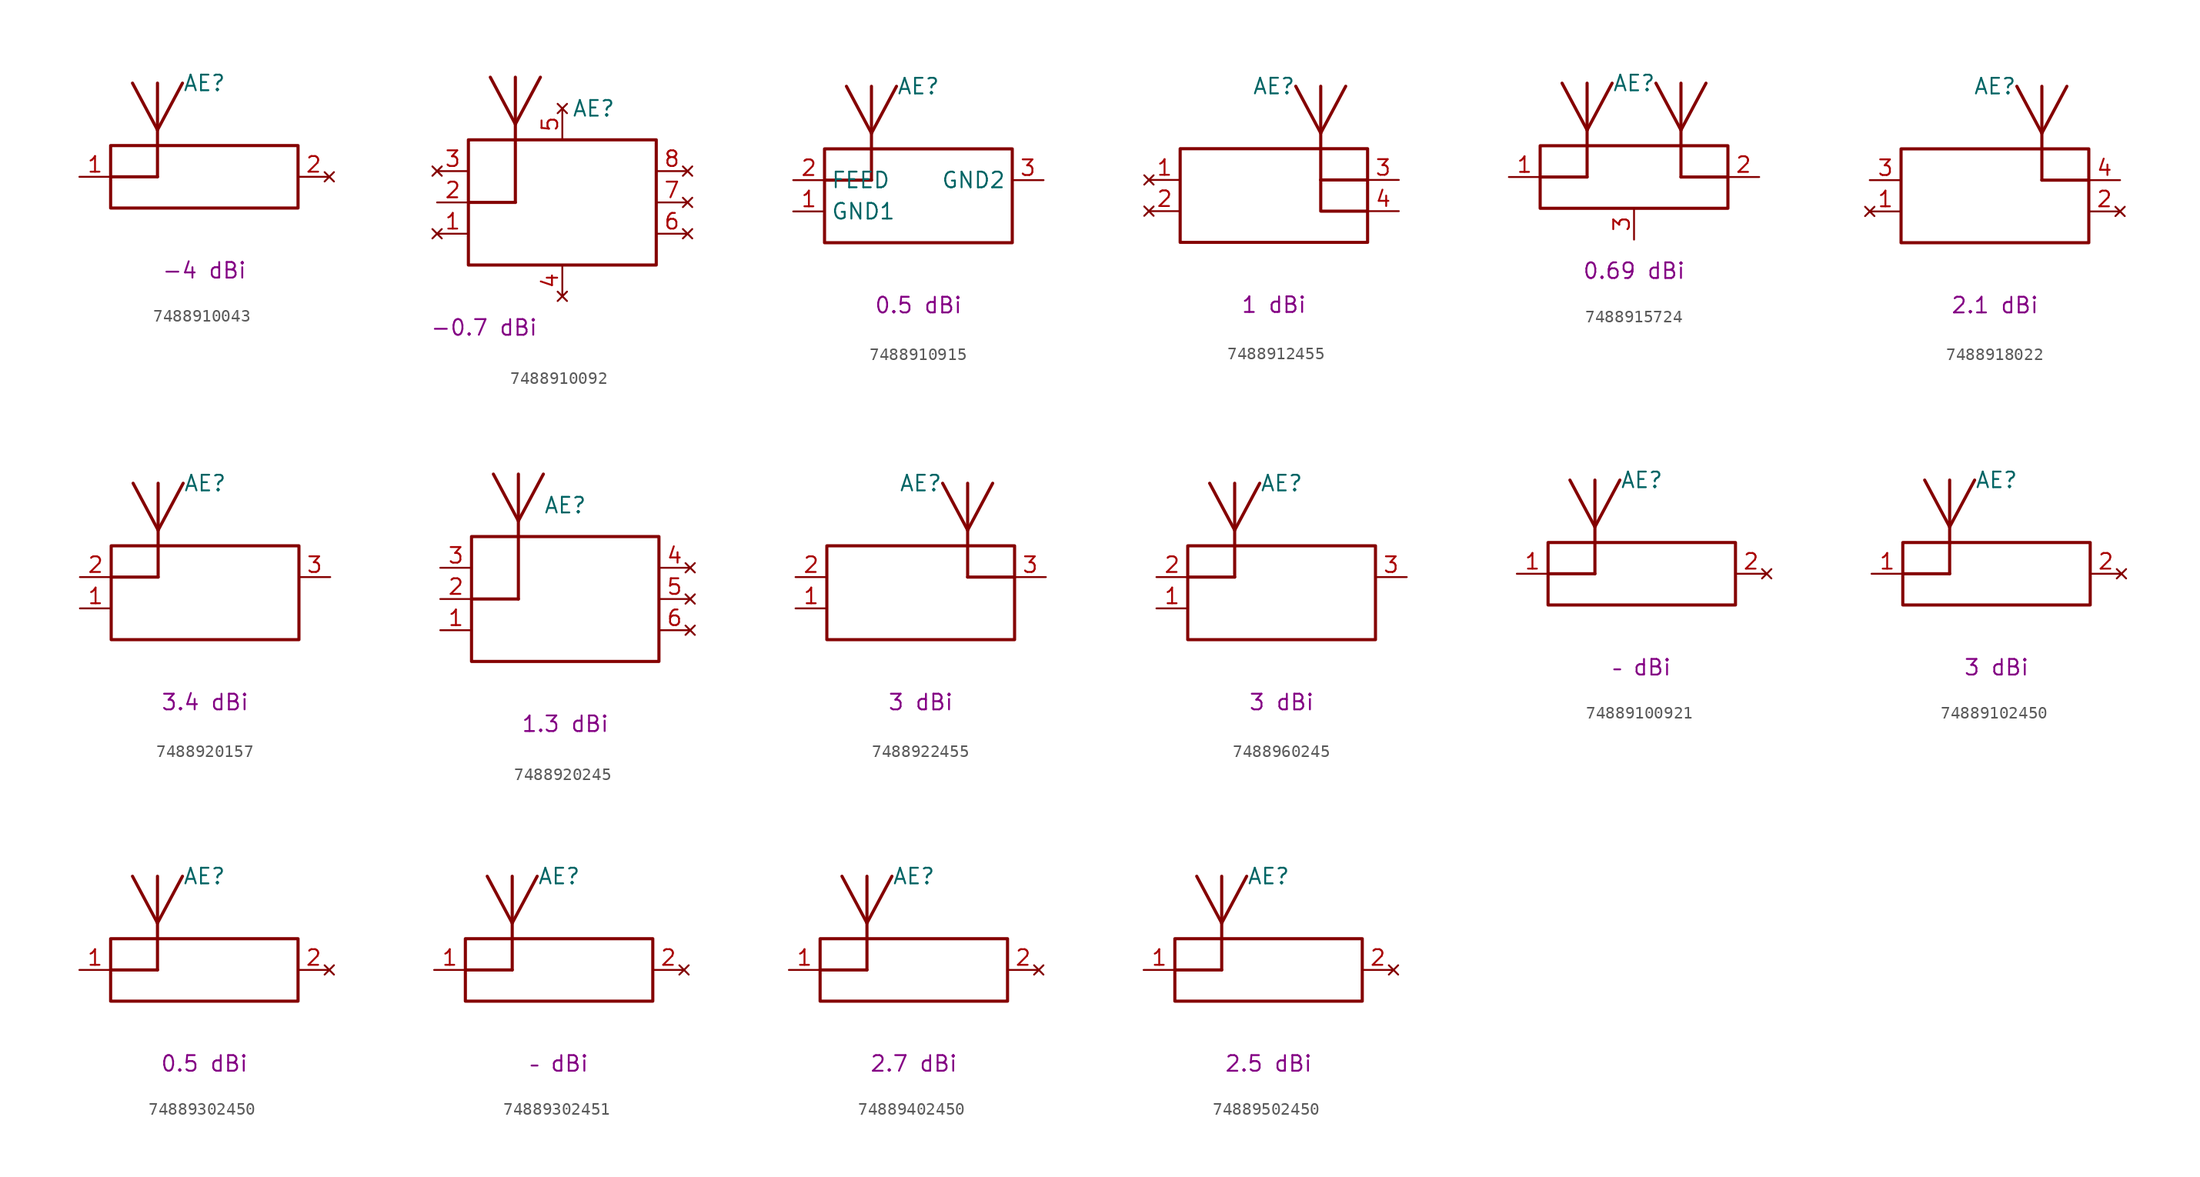
<source format=kicad_sym>
(kicad_symbol_lib
  (version 20220914)
  (generator kicad_symbol_editor)
  (symbol "7488910043"
    (pin_names hide)
    (property "Reference" "AE"
      (at 0 7.62 0)
      (effects (font (size 1.27 1.27))))
    (property "Critical Parameter" "-4 dBi"
      (at 0 -7.62 0)
      (effects (font (size 1.27 1.27))))
    (symbol "7488910043_1_1"
      (rectangle (start -7.62 2.54) (end 7.62 -2.54) (stroke (width 0.254) (type default)) (fill (type none)))
      (polyline (pts (xy -3.81 0) (xy -7.62 0)) (stroke (width 0.254) (type default)) (fill (type none)))
      (polyline (pts (xy -3.81 0) (xy -3.81 7.62)) (stroke (width 0.254) (type default)) (fill (type none)))
      (polyline (pts (xy -3.81 3.81) (xy -5.842 7.62)) (stroke (width 0.254) (type default)) (fill (type none)))
      (polyline (pts (xy -3.81 3.81) (xy -1.778 7.62)) (stroke (width 0.254) (type default)) (fill (type none)))
      (pin passive line (at -10.16 0 0) (length 2.54) (name "FEED" (effects (font (size 1.27 1.27)))) (number "1" (effects (font (size 1.27 1.27)))))
      (pin no_connect line (at 10.16 0 180) (length 2.54) (name "NC" (effects (font (size 1.27 1.27)))) (number "2" (effects (font (size 1.27 1.27)))))))
  (symbol "7488910092"
    (pin_names hide)
    (property "Reference" "AE"
      (at 2.54 7.62 0)
      (effects (font (size 1.27 1.27))))
    (property "Critical Parameter" "-0.7 dBi"
      (at -6.35 -10.16 0)
      (effects (font (size 1.27 1.27))))
    (symbol "7488910092_1_1"
      (rectangle (start -7.62 5.08) (end 7.62 -5.08) (stroke (width 0.254) (type default)) (fill (type none)))
      (polyline (pts (xy -3.81 0) (xy -7.62 0)) (stroke (width 0.254) (type default)) (fill (type none)))
      (polyline (pts (xy -3.81 0) (xy -3.81 10.16)) (stroke (width 0.254) (type default)) (fill (type none)))
      (polyline (pts (xy -3.81 6.35) (xy -5.842 10.16)) (stroke (width 0.254) (type default)) (fill (type none)))
      (polyline (pts (xy -3.81 6.35) (xy -1.778 10.16)) (stroke (width 0.254) (type default)) (fill (type none)))
      (pin no_connect line (at -10.16 -2.54 0) (length 2.54) (name "NC1" (effects (font (size 1.27 1.27)))) (number "1" (effects (font (size 1.27 1.27)))))
      (pin passive line (at -10.16 0 0) (length 2.54) (name "FEED" (effects (font (size 1.27 1.27)))) (number "2" (effects (font (size 1.27 1.27)))))
      (pin no_connect line (at -10.16 2.54 0) (length 2.54) (name "NC3" (effects (font (size 1.27 1.27)))) (number "3" (effects (font (size 1.27 1.27)))))
      (pin no_connect line (at 0 -7.62 90) (length 2.54) (name "NC4" (effects (font (size 1.27 1.27)))) (number "4" (effects (font (size 1.27 1.27)))))
      (pin no_connect line (at 0 7.62 270) (length 2.54) (name "NC5" (effects (font (size 1.27 1.27)))) (number "5" (effects (font (size 1.27 1.27)))))
      (pin no_connect line (at 10.16 -2.54 180) (length 2.54) (name "NC6" (effects (font (size 1.27 1.27)))) (number "6" (effects (font (size 1.27 1.27)))))
      (pin no_connect line (at 10.16 0 180) (length 2.54) (name "NC7" (effects (font (size 1.27 1.27)))) (number "7" (effects (font (size 1.27 1.27)))))
      (pin no_connect line (at 10.16 2.54 180) (length 2.54) (name "NC8" (effects (font (size 1.27 1.27)))) (number "8" (effects (font (size 1.27 1.27)))))))
  (symbol "7488910915"
    (property "Reference" "AE"
      (at 0 7.62 0)
      (effects (font (size 1.27 1.27))))
    (property "Critical Parameter" "0.5 dBi"
      (at 0 -10.16 0)
      (effects (font (size 1.27 1.27))))
    (symbol "7488910915_1_1"
      (rectangle (start -7.62 2.54) (end 7.62 -5.08) (stroke (width 0.254) (type default)) (fill (type none)))
      (polyline (pts (xy -3.81 0) (xy -7.62 0)) (stroke (width 0.254) (type default)) (fill (type none)))
      (polyline (pts (xy -3.81 0) (xy -3.81 7.62)) (stroke (width 0.254) (type default)) (fill (type none)))
      (polyline (pts (xy -3.81 3.81) (xy -5.842 7.62)) (stroke (width 0.254) (type default)) (fill (type none)))
      (polyline (pts (xy -3.81 3.81) (xy -1.778 7.62)) (stroke (width 0.254) (type default)) (fill (type none)))
      (pin passive line (at -10.16 -2.54 0) (length 2.54) (name "GND1" (effects (font (size 1.27 1.27)))) (number "1" (effects (font (size 1.27 1.27)))))
      (pin passive line (at -10.16 0 0) (length 2.54) (name "FEED" (effects (font (size 1.27 1.27)))) (number "2" (effects (font (size 1.27 1.27)))))
      (pin passive line (at 10.16 0 180) (length 2.54) (name "GND2" (effects (font (size 1.27 1.27)))) (number "3" (effects (font (size 1.27 1.27)))))))
  (symbol "7488912455"
    (pin_names hide)
    (property "Reference" "AE"
      (at 0 7.62 0)
      (effects (font (size 1.27 1.27))))
    (property "Critical Parameter" "1 dBi"
      (at 0 -10.16 0)
      (effects (font (size 1.27 1.27))))
    (symbol "7488912455_1_1"
      (rectangle (start -7.62 2.54) (end 7.62 -5.08) (stroke (width 0.254) (type default)) (fill (type none)))
      (polyline (pts (xy 3.81 0) (xy 3.81 7.62)) (stroke (width 0.254) (type default)) (fill (type none)))
      (polyline (pts (xy 3.81 3.81) (xy 1.778 7.62)) (stroke (width 0.254) (type default)) (fill (type none)))
      (polyline (pts (xy 3.81 3.81) (xy 5.842 7.62)) (stroke (width 0.254) (type default)) (fill (type none)))
      (polyline (pts (xy 7.62 0) (xy 3.81 0)) (stroke (width 0.254) (type default)) (fill (type none)))
      (polyline (pts (xy 3.81 0) (xy 3.81 -2.54) (xy 7.62 -2.54)) (stroke (width 0.254) (type default)) (fill (type none)))
      (pin no_connect line (at -10.16 0 0) (length 2.54) (name "NC1" (effects (font (size 1.27 1.27)))) (number "1" (effects (font (size 1.27 1.27)))))
      (pin no_connect line (at -10.16 -2.54 0) (length 2.54) (name "NC2" (effects (font (size 1.27 1.27)))) (number "2" (effects (font (size 1.27 1.27)))))
      (pin passive line (at 10.16 0 180) (length 2.54) (name "FEED_LB" (effects (font (size 1.27 1.27)))) (number "3" (effects (font (size 1.27 1.27)))))
      (pin passive line (at 10.16 -2.54 180) (length 2.54) (name "FEED_HB" (effects (font (size 1.27 1.27)))) (number "4" (effects (font (size 1.27 1.27)))))
      (pin passive line (at 10.16 0 180) (length 2.54) hide (name "FEED_LB" (effects (font (size 1.27 1.27)))) (number "5" (effects (font (size 1.27 1.27)))))
      (pin passive line (at 10.16 -2.54 180) (length 2.54) hide (name "FEED_HB" (effects (font (size 1.27 1.27)))) (number "6" (effects (font (size 1.27 1.27)))))))
  (symbol "7488915724"
    (pin_names hide)
    (property "Reference" "AE"
      (at 0 7.62 0)
      (effects (font (size 1.27 1.27))))
    (property "Critical Parameter" "0.69 dBi"
      (at 0 -7.62 0)
      (effects (font (size 1.27 1.27))))
    (symbol "7488915724_1_1"
      (rectangle (start -7.62 2.54) (end 7.62 -2.54) (stroke (width 0.254) (type default)) (fill (type none)))
      (polyline (pts (xy -3.81 0) (xy -7.62 0)) (stroke (width 0.254) (type default)) (fill (type none)))
      (polyline (pts (xy -3.81 0) (xy -3.81 7.62)) (stroke (width 0.254) (type default)) (fill (type none)))
      (polyline (pts (xy -3.81 3.81) (xy -5.842 7.62)) (stroke (width 0.254) (type default)) (fill (type none)))
      (polyline (pts (xy -3.81 3.81) (xy -1.778 7.62)) (stroke (width 0.254) (type default)) (fill (type none)))
      (polyline (pts (xy 3.81 0) (xy 3.81 7.62)) (stroke (width 0.254) (type default)) (fill (type none)))
      (polyline (pts (xy 3.81 3.81) (xy 1.778 7.62)) (stroke (width 0.254) (type default)) (fill (type none)))
      (polyline (pts (xy 3.81 3.81) (xy 5.842 7.62)) (stroke (width 0.254) (type default)) (fill (type none)))
      (polyline (pts (xy 7.62 0) (xy 3.81 0)) (stroke (width 0.254) (type default)) (fill (type none)))
      (pin passive line (at -10.16 0 0) (length 2.54) (name "FEED1" (effects (font (size 1.27 1.27)))) (number "1" (effects (font (size 1.27 1.27)))))
      (pin passive line (at 10.16 0 180) (length 2.54) (name "FEED2" (effects (font (size 1.27 1.27)))) (number "2" (effects (font (size 1.27 1.27)))))
      (pin passive line (at 0 -5.08 90) (length 2.54) (name "GND" (effects (font (size 1.27 1.27)))) (number "3" (effects (font (size 1.27 1.27)))))))
  (symbol "7488918022"
    (pin_names hide)
    (property "Reference" "AE"
      (at 0 7.62 0)
      (effects (font (size 1.27 1.27))))
    (property "Critical Parameter" "2.1 dBi"
      (at 0 -10.16 0)
      (effects (font (size 1.27 1.27))))
    (symbol "7488918022_1_1"
      (rectangle (start -7.62 2.54) (end 7.62 -5.08) (stroke (width 0.254) (type default)) (fill (type none)))
      (polyline (pts (xy 3.81 0) (xy 3.81 7.62)) (stroke (width 0.254) (type default)) (fill (type none)))
      (polyline (pts (xy 3.81 3.81) (xy 1.778 7.62)) (stroke (width 0.254) (type default)) (fill (type none)))
      (polyline (pts (xy 3.81 3.81) (xy 5.842 7.62)) (stroke (width 0.254) (type default)) (fill (type none)))
      (polyline (pts (xy 7.62 0) (xy 3.81 0)) (stroke (width 0.254) (type default)) (fill (type none)))
      (pin no_connect line (at -10.16 -2.54 0) (length 2.54) (name "NC1" (effects (font (size 1.27 1.27)))) (number "1" (effects (font (size 1.27 1.27)))))
      (pin no_connect line (at 10.16 -2.54 180) (length 2.54) (name "NC2" (effects (font (size 1.27 1.27)))) (number "2" (effects (font (size 1.27 1.27)))))
      (pin passive line (at -10.16 0 0) (length 2.54) (name "GND" (effects (font (size 1.27 1.27)))) (number "3" (effects (font (size 1.27 1.27)))))
      (pin passive line (at 10.16 0 180) (length 2.54) (name "FEED" (effects (font (size 1.27 1.27)))) (number "4" (effects (font (size 1.27 1.27)))))))
  (symbol "7488920157"
    (pin_names hide)
    (property "Reference" "AE"
      (at 0 7.62 0)
      (effects (font (size 1.27 1.27))))
    (property "Critical Parameter" "3.4 dBi"
      (at 0 -10.16 0)
      (effects (font (size 1.27 1.27))))
    (symbol "7488920157_1_1"
      (rectangle (start -7.62 2.54) (end 7.62 -5.08) (stroke (width 0.254) (type default)) (fill (type none)))
      (polyline (pts (xy -3.81 0) (xy -7.62 0)) (stroke (width 0.254) (type default)) (fill (type none)))
      (polyline (pts (xy -3.81 0) (xy -3.81 7.62)) (stroke (width 0.254) (type default)) (fill (type none)))
      (polyline (pts (xy -3.81 3.81) (xy -5.842 7.62)) (stroke (width 0.254) (type default)) (fill (type none)))
      (polyline (pts (xy -3.81 3.81) (xy -1.778 7.62)) (stroke (width 0.254) (type default)) (fill (type none)))
      (pin passive line (at -10.16 -2.54 0) (length 2.54) (name "GND1" (effects (font (size 1.27 1.27)))) (number "1" (effects (font (size 1.27 1.27)))))
      (pin passive line (at -10.16 0 0) (length 2.54) (name "FEED" (effects (font (size 1.27 1.27)))) (number "2" (effects (font (size 1.27 1.27)))))
      (pin passive line (at 10.16 0 180) (length 2.54) (name "GND2" (effects (font (size 1.27 1.27)))) (number "3" (effects (font (size 1.27 1.27)))))))
  (symbol "7488920245"
    (pin_names hide)
    (property "Reference" "AE"
      (at 0 7.62 0)
      (effects (font (size 1.27 1.27))))
    (property "Critical Parameter" "1.3 dBi"
      (at 0 -10.16 0)
      (effects (font (size 1.27 1.27))))
    (symbol "7488920245_1_1"
      (rectangle (start -7.62 5.08) (end 7.62 -5.08) (stroke (width 0.254) (type default)) (fill (type none)))
      (polyline (pts (xy -3.81 0) (xy -7.62 0)) (stroke (width 0.254) (type default)) (fill (type none)))
      (polyline (pts (xy -3.81 0) (xy -3.81 10.16)) (stroke (width 0.254) (type default)) (fill (type none)))
      (polyline (pts (xy -3.81 6.35) (xy -5.842 10.16)) (stroke (width 0.254) (type default)) (fill (type none)))
      (polyline (pts (xy -3.81 6.35) (xy -1.778 10.16)) (stroke (width 0.254) (type default)) (fill (type none)))
      (pin passive line (at -10.16 -2.54 0) (length 2.54) (name "GND1" (effects (font (size 1.27 1.27)))) (number "1" (effects (font (size 1.27 1.27)))))
      (pin passive line (at -10.16 0 0) (length 2.54) (name "FEED" (effects (font (size 1.27 1.27)))) (number "2" (effects (font (size 1.27 1.27)))))
      (pin passive line (at -10.16 2.54 0) (length 2.54) (name "GND2" (effects (font (size 1.27 1.27)))) (number "3" (effects (font (size 1.27 1.27)))))
      (pin no_connect line (at 10.16 2.54 180) (length 2.54) (name "NC1" (effects (font (size 1.27 1.27)))) (number "4" (effects (font (size 1.27 1.27)))))
      (pin no_connect line (at 10.16 0 180) (length 2.54) (name "NC2" (effects (font (size 1.27 1.27)))) (number "5" (effects (font (size 1.27 1.27)))))
      (pin no_connect line (at 10.16 -2.54 180) (length 2.54) (name "NC3" (effects (font (size 1.27 1.27)))) (number "6" (effects (font (size 1.27 1.27)))))))
  (symbol "7488922455"
    (pin_names hide)
    (property "Reference" "AE"
      (at 0 7.62 0)
      (effects (font (size 1.27 1.27))))
    (property "Critical Parameter" "3 dBi"
      (at 0 -10.16 0)
      (effects (font (size 1.27 1.27))))
    (symbol "7488922455_1_1"
      (rectangle (start -7.62 2.54) (end 7.62 -5.08) (stroke (width 0.254) (type default)) (fill (type none)))
      (polyline (pts (xy 3.81 0) (xy 3.81 7.62)) (stroke (width 0.254) (type default)) (fill (type none)))
      (polyline (pts (xy 3.81 3.81) (xy 1.778 7.62)) (stroke (width 0.254) (type default)) (fill (type none)))
      (polyline (pts (xy 3.81 3.81) (xy 5.842 7.62)) (stroke (width 0.254) (type default)) (fill (type none)))
      (polyline (pts (xy 7.62 0) (xy 3.81 0)) (stroke (width 0.254) (type default)) (fill (type none)))
      (pin passive line (at -10.16 -2.54 0) (length 2.54) (name "GND1" (effects (font (size 1.27 1.27)))) (number "1" (effects (font (size 1.27 1.27)))))
      (pin passive line (at -10.16 0 0) (length 2.54) (name "GND2" (effects (font (size 1.27 1.27)))) (number "2" (effects (font (size 1.27 1.27)))))
      (pin passive line (at 10.16 0 180) (length 2.54) (name "FEED" (effects (font (size 1.27 1.27)))) (number "3" (effects (font (size 1.27 1.27)))))))
  (symbol "7488960245"
    (pin_names hide)
    (property "Reference" "AE"
      (at 0 7.62 0)
      (effects (font (size 1.27 1.27))))
    (property "Critical Parameter" "3 dBi"
      (at 0 -10.16 0)
      (effects (font (size 1.27 1.27))))
    (symbol "7488960245_1_1"
      (rectangle (start -7.62 2.54) (end 7.62 -5.08) (stroke (width 0.254) (type default)) (fill (type none)))
      (polyline (pts (xy -3.81 0) (xy -7.62 0)) (stroke (width 0.254) (type default)) (fill (type none)))
      (polyline (pts (xy -3.81 0) (xy -3.81 7.62)) (stroke (width 0.254) (type default)) (fill (type none)))
      (polyline (pts (xy -3.81 3.81) (xy -5.842 7.62)) (stroke (width 0.254) (type default)) (fill (type none)))
      (polyline (pts (xy -3.81 3.81) (xy -1.778 7.62)) (stroke (width 0.254) (type default)) (fill (type none)))
      (pin passive line (at -10.16 -2.54 0) (length 2.54) (name "GND1" (effects (font (size 1.27 1.27)))) (number "1" (effects (font (size 1.27 1.27)))))
      (pin passive line (at -10.16 0 0) (length 2.54) (name "FEED" (effects (font (size 1.27 1.27)))) (number "2" (effects (font (size 1.27 1.27)))))
      (pin passive line (at 10.16 0 180) (length 2.54) (name "GND2" (effects (font (size 1.27 1.27)))) (number "3" (effects (font (size 1.27 1.27)))))))
  (symbol "74889100921"
    (pin_names hide)
    (property "Reference" "AE"
      (at 0 7.62 0)
      (effects (font (size 1.27 1.27))))
    (property "Critical Parameter" "– dBi"
      (at 0 -7.62 0)
      (effects (font (size 1.27 1.27))))
    (symbol "74889100921_1_1"
      (rectangle (start -7.62 2.54) (end 7.62 -2.54) (stroke (width 0.254) (type default)) (fill (type none)))
      (polyline (pts (xy -3.81 0) (xy -7.62 0)) (stroke (width 0.254) (type default)) (fill (type none)))
      (polyline (pts (xy -3.81 0) (xy -3.81 7.62)) (stroke (width 0.254) (type default)) (fill (type none)))
      (polyline (pts (xy -3.81 3.81) (xy -5.842 7.62)) (stroke (width 0.254) (type default)) (fill (type none)))
      (polyline (pts (xy -3.81 3.81) (xy -1.778 7.62)) (stroke (width 0.254) (type default)) (fill (type none)))
      (pin passive line (at -10.16 0 0) (length 2.54) (name "FEED" (effects (font (size 1.27 1.27)))) (number "1" (effects (font (size 1.27 1.27)))))
      (pin no_connect line (at 10.16 0 180) (length 2.54) (name "NC" (effects (font (size 1.27 1.27)))) (number "2" (effects (font (size 1.27 1.27)))))))
  (symbol "74889102450"
    (pin_names hide)
    (property "Reference" "AE"
      (at 0 7.62 0)
      (effects (font (size 1.27 1.27))))
    (property "Critical Parameter" "3 dBi"
      (at 0 -7.62 0)
      (effects (font (size 1.27 1.27))))
    (symbol "74889102450_1_1"
      (rectangle (start -7.62 2.54) (end 7.62 -2.54) (stroke (width 0.254) (type default)) (fill (type none)))
      (polyline (pts (xy -3.81 0) (xy -7.62 0)) (stroke (width 0.254) (type default)) (fill (type none)))
      (polyline (pts (xy -3.81 0) (xy -3.81 7.62)) (stroke (width 0.254) (type default)) (fill (type none)))
      (polyline (pts (xy -3.81 3.81) (xy -5.842 7.62)) (stroke (width 0.254) (type default)) (fill (type none)))
      (polyline (pts (xy -3.81 3.81) (xy -1.778 7.62)) (stroke (width 0.254) (type default)) (fill (type none)))
      (pin passive line (at -10.16 0 0) (length 2.54) (name "FEED" (effects (font (size 1.27 1.27)))) (number "1" (effects (font (size 1.27 1.27)))))
      (pin no_connect line (at 10.16 0 180) (length 2.54) (name "NC" (effects (font (size 1.27 1.27)))) (number "2" (effects (font (size 1.27 1.27)))))))
  (symbol "74889302450"
    (pin_names hide)
    (property "Reference" "AE"
      (at 0 7.62 0)
      (effects (font (size 1.27 1.27))))
    (property "Critical Parameter" "0.5 dBi"
      (at 0 -7.62 0)
      (effects (font (size 1.27 1.27))))
    (symbol "74889302450_1_1"
      (rectangle (start -7.62 2.54) (end 7.62 -2.54) (stroke (width 0.254) (type default)) (fill (type none)))
      (polyline (pts (xy -3.81 0) (xy -7.62 0)) (stroke (width 0.254) (type default)) (fill (type none)))
      (polyline (pts (xy -3.81 0) (xy -3.81 7.62)) (stroke (width 0.254) (type default)) (fill (type none)))
      (polyline (pts (xy -3.81 3.81) (xy -5.842 7.62)) (stroke (width 0.254) (type default)) (fill (type none)))
      (polyline (pts (xy -3.81 3.81) (xy -1.778 7.62)) (stroke (width 0.254) (type default)) (fill (type none)))
      (pin passive line (at -10.16 0 0) (length 2.54) (name "FEED" (effects (font (size 1.27 1.27)))) (number "1" (effects (font (size 1.27 1.27)))))
      (pin no_connect line (at 10.16 0 180) (length 2.54) (name "NC" (effects (font (size 1.27 1.27)))) (number "2" (effects (font (size 1.27 1.27)))))))
  (symbol "74889302451"
    (pin_names hide)
    (property "Reference" "AE"
      (at 0 7.62 0)
      (effects (font (size 1.27 1.27))))
    (property "Critical Parameter" "– dBi"
      (at 0 -7.62 0)
      (effects (font (size 1.27 1.27))))
    (symbol "74889302451_1_1"
      (rectangle (start -7.62 2.54) (end 7.62 -2.54) (stroke (width 0.254) (type default)) (fill (type none)))
      (polyline (pts (xy -3.81 0) (xy -7.62 0)) (stroke (width 0.254) (type default)) (fill (type none)))
      (polyline (pts (xy -3.81 0) (xy -3.81 7.62)) (stroke (width 0.254) (type default)) (fill (type none)))
      (polyline (pts (xy -3.81 3.81) (xy -5.842 7.62)) (stroke (width 0.254) (type default)) (fill (type none)))
      (polyline (pts (xy -3.81 3.81) (xy -1.778 7.62)) (stroke (width 0.254) (type default)) (fill (type none)))
      (pin passive line (at -10.16 0 0) (length 2.54) (name "FEED" (effects (font (size 1.27 1.27)))) (number "1" (effects (font (size 1.27 1.27)))))
      (pin no_connect line (at 10.16 0 180) (length 2.54) (name "NC" (effects (font (size 1.27 1.27)))) (number "2" (effects (font (size 1.27 1.27)))))))
  (symbol "74889402450"
    (pin_names hide)
    (property "Reference" "AE"
      (at 0 7.62 0)
      (effects (font (size 1.27 1.27))))
    (property "Critical Parameter" "2.7 dBi"
      (at 0 -7.62 0)
      (effects (font (size 1.27 1.27))))
    (symbol "74889402450_1_1"
      (rectangle (start -7.62 2.54) (end 7.62 -2.54) (stroke (width 0.254) (type default)) (fill (type none)))
      (polyline (pts (xy -3.81 0) (xy -7.62 0)) (stroke (width 0.254) (type default)) (fill (type none)))
      (polyline (pts (xy -3.81 0) (xy -3.81 7.62)) (stroke (width 0.254) (type default)) (fill (type none)))
      (polyline (pts (xy -3.81 3.81) (xy -5.842 7.62)) (stroke (width 0.254) (type default)) (fill (type none)))
      (polyline (pts (xy -3.81 3.81) (xy -1.778 7.62)) (stroke (width 0.254) (type default)) (fill (type none)))
      (pin passive line (at -10.16 0 0) (length 2.54) (name "FEED" (effects (font (size 1.27 1.27)))) (number "1" (effects (font (size 1.27 1.27)))))
      (pin no_connect line (at 10.16 0 180) (length 2.54) (name "NC" (effects (font (size 1.27 1.27)))) (number "2" (effects (font (size 1.27 1.27)))))))
  (symbol "74889502450"
    (pin_names hide)
    (property "Reference" "AE"
      (at 0 7.62 0)
      (effects (font (size 1.27 1.27))))
    (property "Critical Parameter" "2.5 dBi"
      (at 0 -7.62 0)
      (effects (font (size 1.27 1.27))))
    (symbol "74889502450_1_1"
      (rectangle (start -7.62 2.54) (end 7.62 -2.54) (stroke (width 0.254) (type default)) (fill (type none)))
      (polyline (pts (xy -3.81 0) (xy -7.62 0)) (stroke (width 0.254) (type default)) (fill (type none)))
      (polyline (pts (xy -3.81 0) (xy -3.81 7.62)) (stroke (width 0.254) (type default)) (fill (type none)))
      (polyline (pts (xy -3.81 3.81) (xy -5.842 7.62)) (stroke (width 0.254) (type default)) (fill (type none)))
      (polyline (pts (xy -3.81 3.81) (xy -1.778 7.62)) (stroke (width 0.254) (type default)) (fill (type none)))
      (pin passive line (at -10.16 0 0) (length 2.54) (name "FEED" (effects (font (size 1.27 1.27)))) (number "1" (effects (font (size 1.27 1.27)))))
      (pin no_connect line (at 10.16 0 180) (length 2.54) (name "NC" (effects (font (size 1.27 1.27)))) (number "2" (effects (font (size 1.27 1.27))))))))
</source>
